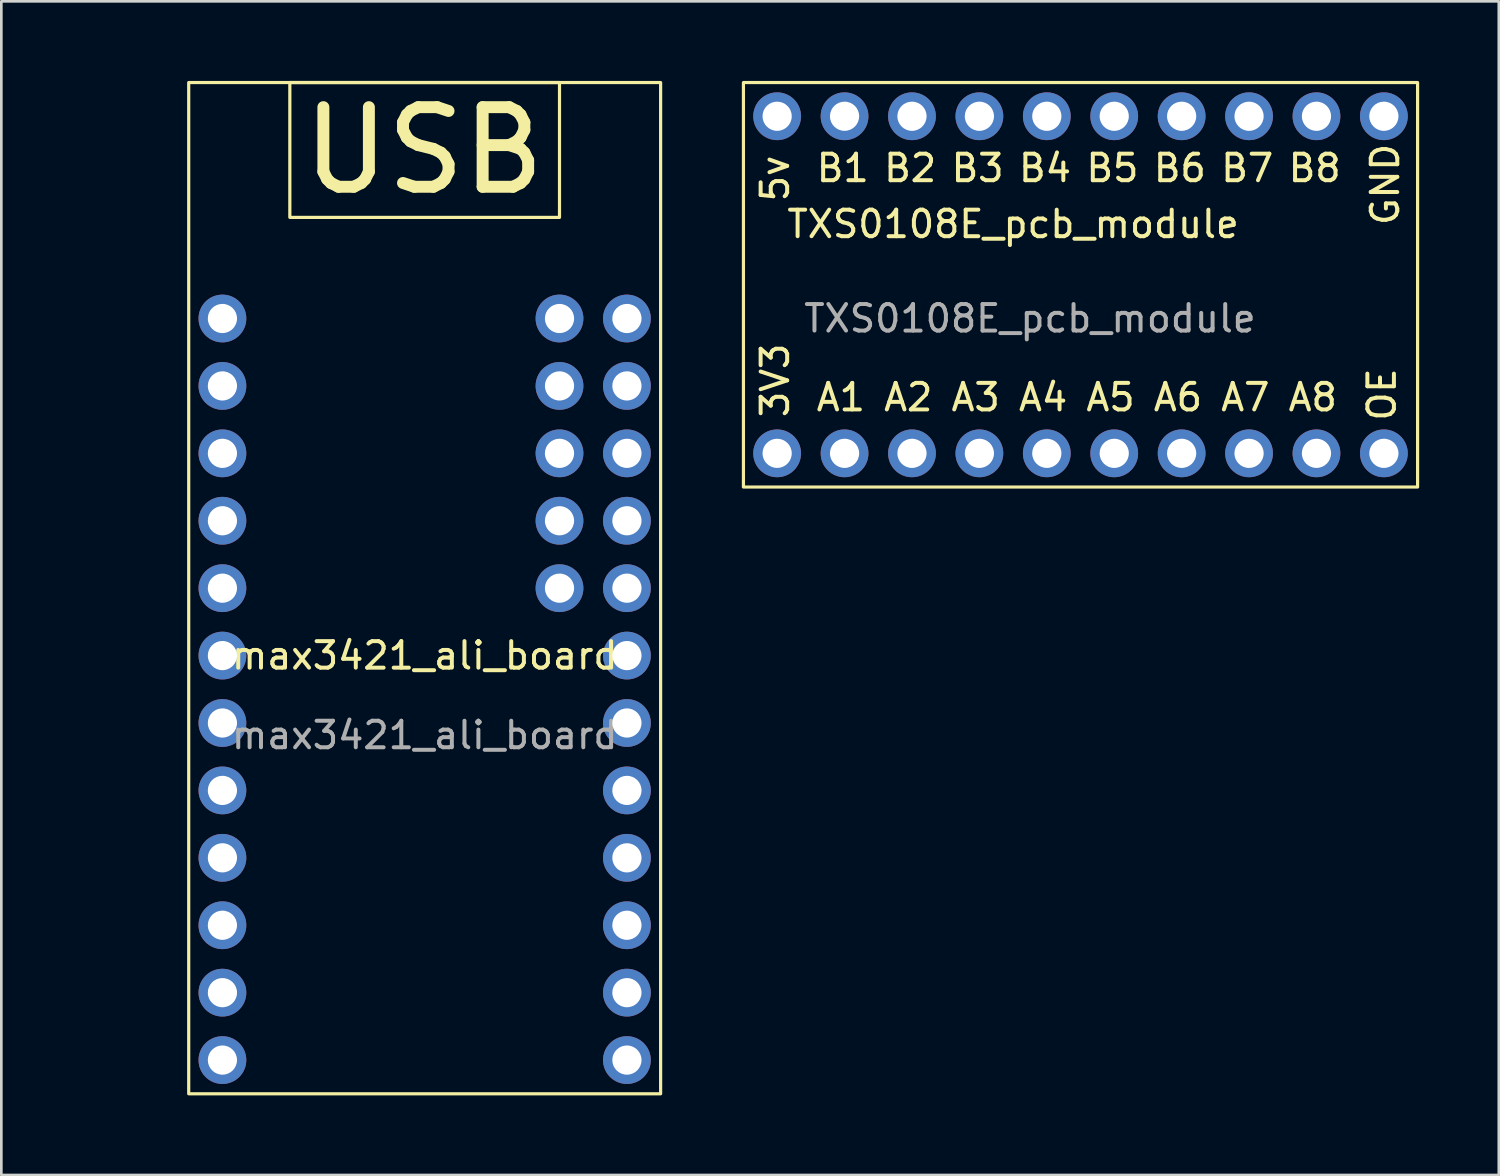
<source format=kicad_pcb>
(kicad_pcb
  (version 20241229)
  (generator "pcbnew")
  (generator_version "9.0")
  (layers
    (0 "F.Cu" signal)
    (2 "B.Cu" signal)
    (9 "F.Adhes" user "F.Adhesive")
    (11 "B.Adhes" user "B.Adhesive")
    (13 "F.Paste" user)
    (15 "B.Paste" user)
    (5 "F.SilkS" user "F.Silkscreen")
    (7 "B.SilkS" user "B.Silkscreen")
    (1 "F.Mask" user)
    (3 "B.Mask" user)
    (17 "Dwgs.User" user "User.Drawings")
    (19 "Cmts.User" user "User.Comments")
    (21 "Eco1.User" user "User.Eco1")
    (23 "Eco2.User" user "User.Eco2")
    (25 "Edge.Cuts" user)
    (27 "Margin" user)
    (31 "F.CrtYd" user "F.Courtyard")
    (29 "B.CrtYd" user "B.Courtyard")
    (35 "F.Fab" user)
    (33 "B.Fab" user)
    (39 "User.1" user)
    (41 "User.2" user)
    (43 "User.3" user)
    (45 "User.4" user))
  (footprint "TXS0108E_pcb_module"
    (layer "F.Cu")
    (at 36.39 8.95)
    (property "Reference" "TXS0108E_pcb_module" (at -1.27 -3.556 0) (unlocked yes) (layer "F.SilkS") (effects (font (size 1 1) (thickness 0.15))))
    (attr through_hole)
    (fp_rect (start -11.43 -8.89) (end 13.97 6.35) (stroke (width 0.12) (type default)) (fill no) (layer "F.SilkS"))
    (fp_text user "A8" (at 9.017 3.556 0) (unlocked yes) (layer "F.SilkS") (effects (font (size 1 1) (thickness 0.15)) (justify left bottom)))
    (fp_text user "A4" (at -1.143 3.556 0) (unlocked yes) (layer "F.SilkS") (effects (font (size 1 1) (thickness 0.15)) (justify left bottom)))
    (fp_text user "B4" (at -1.143 -5.08 0) (unlocked yes) (layer "F.SilkS") (effects (font (size 1 1) (thickness 0.15)) (justify left bottom)))
    (fp_text user "B6" (at 3.937 -5.08 0) (unlocked yes) (layer "F.SilkS") (effects (font (size 1 1) (thickness 0.15)) (justify left bottom)))
    (fp_text user "GND" (at 13.335 -3.429 90) (unlocked yes) (layer "F.SilkS") (effects (font (size 1 1) (thickness 0.15)) (justify left bottom)))
    (fp_text user "A6" (at 3.937 3.556 0) (unlocked yes) (layer "F.SilkS") (effects (font (size 1 1) (thickness 0.15)) (justify left bottom)))
    (fp_text user "B5" (at 1.397 -5.08 0) (unlocked yes) (layer "F.SilkS") (effects (font (size 1 1) (thickness 0.15)) (justify left bottom)))
    (fp_text user "B2" (at -6.223 -5.08 0) (unlocked yes) (layer "F.SilkS") (effects (font (size 1 1) (thickness 0.15)) (justify left bottom)))
    (fp_text user "A3" (at -3.683 3.556 0) (unlocked yes) (layer "F.SilkS") (effects (font (size 1 1) (thickness 0.15)) (justify left bottom)))
    (fp_text user "B8" (at 9.017 -5.08 0) (unlocked yes) (layer "F.SilkS") (effects (font (size 1 1) (thickness 0.15)) (justify left bottom)))
    (fp_text user "5v" (at -9.652 -4.318 90) (unlocked yes) (layer "F.SilkS") (effects (font (size 1 1) (thickness 0.15)) (justify left bottom)))
    (fp_text user "OE" (at 13.208 3.937 90) (unlocked yes) (layer "F.SilkS") (effects (font (size 1 1) (thickness 0.15)) (justify left bottom)))
    (fp_text user "A2" (at -6.223 3.556 0) (unlocked yes) (layer "F.SilkS") (effects (font (size 1 1) (thickness 0.15)) (justify left bottom)))
    (fp_text user "A7" (at 6.477 3.556 0) (unlocked yes) (layer "F.SilkS") (effects (font (size 1 1) (thickness 0.15)) (justify left bottom)))
    (fp_text user "B3" (at -3.683 -5.08 0) (unlocked yes) (layer "F.SilkS") (effects (font (size 1 1) (thickness 0.15)) (justify left bottom)))
    (fp_text user "3V3" (at -9.652 3.81 90) (unlocked yes) (layer "F.SilkS") (effects (font (size 1 1) (thickness 0.15)) (justify left bottom)))
    (fp_text user "A5" (at 1.397 3.556 0) (unlocked yes) (layer "F.SilkS") (effects (font (size 1 1) (thickness 0.15)) (justify left bottom)))
    (fp_text user "B7" (at 6.477 -5.08 0) (unlocked yes) (layer "F.SilkS") (effects (font (size 1 1) (thickness 0.15)) (justify left bottom)))
    (fp_text user "A1" (at -8.763 3.556 0) (unlocked yes) (layer "F.SilkS") (effects (font (size 1 1) (thickness 0.15)) (justify left bottom)))
    (fp_text user "B1" (at -8.763 -5.08 0) (unlocked yes) (layer "F.SilkS") (effects (font (size 1 1) (thickness 0.15)) (justify left bottom)))
    (fp_text user "${REFERENCE}" (at -0.635 0 0) (unlocked yes) (layer "F.Fab") (effects (font (size 1 1) (thickness 0.15))))
    (pad "1" thru_hole circle (at -7.62 5.08) (size 1.8 1.8) (drill 1.1) (layers "*.Cu" "*.Mask"))
    (pad "2" thru_hole circle (at -10.16 5.08) (size 1.8 1.8) (drill 1.1) (layers "*.Cu" "*.Mask"))
    (pad "3" thru_hole circle (at -5.08 5.08) (size 1.8 1.8) (drill 1.1) (layers "*.Cu" "*.Mask"))
    (pad "4" thru_hole circle (at -2.54 5.08) (size 1.8 1.8) (drill 1.1) (layers "*.Cu" "*.Mask"))
    (pad "5" thru_hole circle (at 0 5.08) (size 1.8 1.8) (drill 1.1) (layers "*.Cu" "*.Mask"))
    (pad "6" thru_hole circle (at 2.54 5.08) (size 1.8 1.8) (drill 1.1) (layers "*.Cu" "*.Mask"))
    (pad "7" thru_hole circle (at 5.08 5.08) (size 1.8 1.8) (drill 1.1) (layers "*.Cu" "*.Mask"))
    (pad "8" thru_hole circle (at 7.62 5.08) (size 1.8 1.8) (drill 1.1) (layers "*.Cu" "*.Mask"))
    (pad "9" thru_hole circle (at 10.16 5.08) (size 1.8 1.8) (drill 1.1) (layers "*.Cu" "*.Mask"))
    (pad "10" thru_hole circle (at 12.7 5.08) (size 1.8 1.8) (drill 1.1) (layers "*.Cu" "*.Mask"))
    (pad "11" thru_hole circle (at 12.7 -7.62 180) (size 1.8 1.8) (drill 1.1) (layers "*.Cu" "*.Mask"))
    (pad "12" thru_hole circle (at 10.16 -7.62 180) (size 1.8 1.8) (drill 1.1) (layers "*.Cu" "*.Mask"))
    (pad "13" thru_hole circle (at 7.62 -7.62 180) (size 1.8 1.8) (drill 1.1) (layers "*.Cu" "*.Mask"))
    (pad "14" thru_hole circle (at 5.08 -7.62 180) (size 1.8 1.8) (drill 1.1) (layers "*.Cu" "*.Mask"))
    (pad "15" thru_hole circle (at 2.54 -7.62 180) (size 1.8 1.8) (drill 1.1) (layers "*.Cu" "*.Mask"))
    (pad "16" thru_hole circle (at 0 -7.62 180) (size 1.8 1.8) (drill 1.1) (layers "*.Cu" "*.Mask"))
    (pad "17" thru_hole circle (at -2.54 -7.62) (size 1.8 1.8) (drill 1.1) (layers "*.Cu" "*.Mask"))
    (pad "18" thru_hole circle (at -5.08 -7.62) (size 1.8 1.8) (drill 1.1) (layers "*.Cu" "*.Mask"))
    (pad "19" thru_hole circle (at -10.16 -7.62) (size 1.8 1.8) (drill 1.1) (layers "*.Cu" "*.Mask"))
    (pad "20" thru_hole circle (at -7.62 -7.62) (size 1.8 1.8) (drill 1.1) (layers "*.Cu" "*.Mask")))
  (footprint "max3421_ali_board"
    (layer "F.Cu")
    (at 0.25 29.27)
    (property "Reference" "max3421_ali_board" (at 12.7 -7.62 0) (unlocked yes) (layer "F.SilkS") (effects (font (size 1 1) (thickness 0.15))))
    (attr through_hole)
    (fp_rect (start 3.81 -29.21) (end 21.59 8.89) (stroke (width 0.12) (type default)) (fill no) (layer "F.SilkS"))
    (fp_rect (start 7.62 -29.21) (end 17.78 -24.13) (stroke (width 0.12) (type default)) (fill no) (layer "F.SilkS"))
    (fp_text user "USB" (at 7.874 -24.892 0) (unlocked yes) (layer "F.SilkS") (effects (font (size 3 3) (thickness 0.45)) (justify left bottom)))
    (fp_text user "${REFERENCE}" (at 12.7 -4.62 0) (unlocked yes) (layer "F.Fab") (effects (font (size 1 1) (thickness 0.15))))
    (pad "1" thru_hole circle (at 20.32 -20.32) (size 1.8 1.8) (drill 1.1) (layers "*.Cu" "*.Mask"))
    (pad "2" thru_hole circle (at 20.32 -17.78) (size 1.8 1.8) (drill 1.1) (layers "*.Cu" "*.Mask"))
    (pad "3" thru_hole circle (at 20.32 -15.24) (size 1.8 1.8) (drill 1.1) (layers "*.Cu" "*.Mask"))
    (pad "4" thru_hole circle (at 20.32 -12.7) (size 1.8 1.8) (drill 1.1) (layers "*.Cu" "*.Mask"))
    (pad "5" thru_hole circle (at 20.32 -10.16) (size 1.8 1.8) (drill 1.1) (layers "*.Cu" "*.Mask"))
    (pad "6" thru_hole circle (at 20.32 -7.62) (size 1.8 1.8) (drill 1.1) (layers "*.Cu" "*.Mask"))
    (pad "7" thru_hole circle (at 20.32 -5.08) (size 1.8 1.8) (drill 1.1) (layers "*.Cu" "*.Mask"))
    (pad "8" thru_hole circle (at 20.32 -2.54) (size 1.8 1.8) (drill 1.1) (layers "*.Cu" "*.Mask"))
    (pad "9" thru_hole circle (at 20.32 0) (size 1.8 1.8) (drill 1.1) (layers "*.Cu" "*.Mask"))
    (pad "10" thru_hole circle (at 20.32 2.54) (size 1.8 1.8) (drill 1.1) (layers "*.Cu" "*.Mask"))
    (pad "11" thru_hole circle (at 20.32 5.08) (size 1.8 1.8) (drill 1.1) (layers "*.Cu" "*.Mask"))
    (pad "12" thru_hole circle (at 20.32 7.62) (size 1.8 1.8) (drill 1.1) (layers "*.Cu" "*.Mask"))
    (pad "13" thru_hole circle (at 5.08 -20.32) (size 1.8 1.8) (drill 1.1) (layers "*.Cu" "*.Mask"))
    (pad "14" thru_hole circle (at 5.08 -17.78) (size 1.8 1.8) (drill 1.1) (layers "*.Cu" "*.Mask"))
    (pad "15" thru_hole circle (at 5.08 -15.24) (size 1.8 1.8) (drill 1.1) (layers "*.Cu" "*.Mask"))
    (pad "16" thru_hole circle (at 5.08 -12.7) (size 1.8 1.8) (drill 1.1) (layers "*.Cu" "*.Mask"))
    (pad "17" thru_hole circle (at 5.08 -10.16) (size 1.8 1.8) (drill 1.1) (layers "*.Cu" "*.Mask"))
    (pad "18" thru_hole circle (at 5.08 -7.62) (size 1.8 1.8) (drill 1.1) (layers "*.Cu" "*.Mask"))
    (pad "19" thru_hole circle (at 5.08 -5.08) (size 1.8 1.8) (drill 1.1) (layers "*.Cu" "*.Mask"))
    (pad "20" thru_hole circle (at 5.08 -2.54) (size 1.8 1.8) (drill 1.1) (layers "*.Cu" "*.Mask"))
    (pad "21" thru_hole circle (at 5.08 0) (size 1.8 1.8) (drill 1.1) (layers "*.Cu" "*.Mask"))
    (pad "22" thru_hole circle (at 5.08 2.54) (size 1.8 1.8) (drill 1.1) (layers "*.Cu" "*.Mask"))
    (pad "23" thru_hole circle (at 5.08 5.08) (size 1.8 1.8) (drill 1.1) (layers "*.Cu" "*.Mask"))
    (pad "24" thru_hole circle (at 5.08 7.62) (size 1.8 1.8) (drill 1.1) (layers "*.Cu" "*.Mask"))
    (pad "25" thru_hole circle (at 17.78 -20.32) (size 1.8 1.8) (drill 1.1) (layers "*.Cu" "*.Mask"))
    (pad "26" thru_hole circle (at 17.78 -17.78) (size 1.8 1.8) (drill 1.1) (layers "*.Cu" "*.Mask"))
    (pad "27" thru_hole circle (at 17.78 -15.24) (size 1.8 1.8) (drill 1.1) (layers "*.Cu" "*.Mask"))
    (pad "28" thru_hole circle (at 17.78 -12.7) (size 1.8 1.8) (drill 1.1) (layers "*.Cu" "*.Mask"))
    (pad "29" thru_hole circle (at 17.78 -10.16) (size 1.8 1.8) (drill 1.1) (layers "*.Cu" "*.Mask")))
  (gr_rect
    (start -3 -3)
    (end 53.42 41.22)
    (stroke (width 0.1) (type default))
    (fill no)
    (layer "Edge.Cuts")))
</source>
